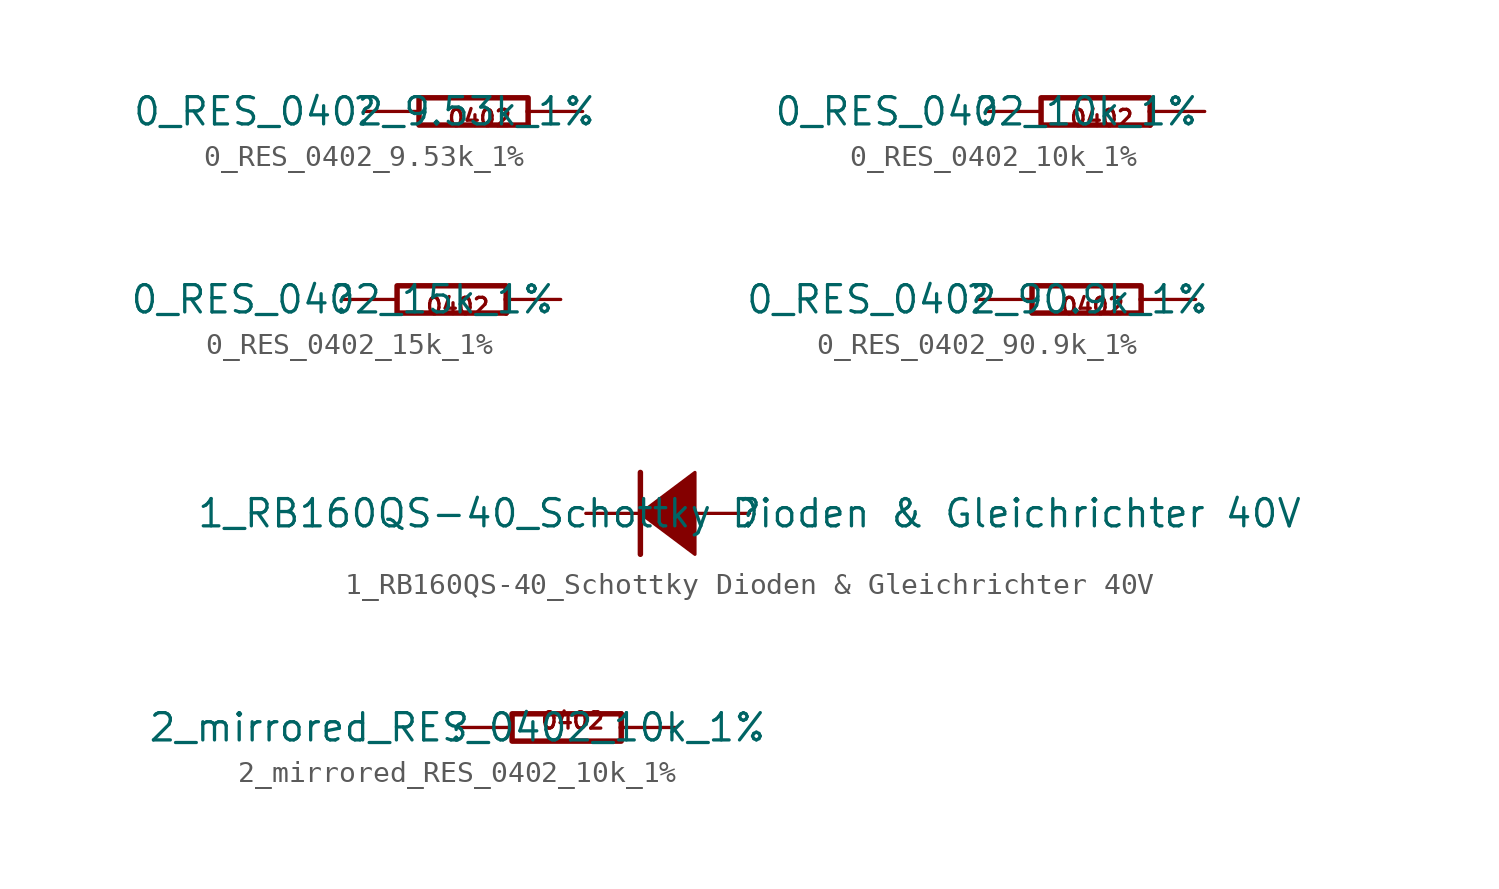
<source format=kicad_sym>
(kicad_symbol_lib
  (version 20211014)
  (generator kicad_symbol_editor)
  (symbol "0_RES_0402_9.53k_1%"
    (property "Reference" ""
      (at 0 0 0)
      (effects (font (size 1.27 1.27))))
    (property "Value" "0_RES_0402_9.53k_1%"
      (at 0 0 0)
      (effects (font (size 1.27 1.27))))
    (symbol "0_RES_0402_9.53k_1%_1_0"
      (polyline (pts (xy 7.62 -0.635) (xy 7.62 0)) (stroke (width 0.254) (type default) (color 0 0 0 0)) (fill (type none)))
      (polyline (pts (xy 7.62 0) (xy 7.62 0.635) (xy 2.54 0.635) (xy 2.54 -0.635) (xy 7.62 -0.635)) (stroke (width 0.254) (type default) (color 0 0 0 0)) (fill (type none)))
      (text "0402" (at 3.81 -0.762 0) (effects (font (size 0.762 0.762)) (justify left bottom)))
      (pin passive line (at 0 0 0) (length 2.54) (name "1" (effects (font (size 0 0)))) (number "1" (effects (font (size 0 0)))))
      (pin passive line (at 10.16 0 180) (length 2.54) (name "2" (effects (font (size 0 0)))) (number "2" (effects (font (size 0 0)))))))
  (symbol "0_RES_0402_10k_1%"
    (property "Reference" ""
      (at 0 0 0)
      (effects (font (size 1.27 1.27))))
    (property "Value" "0_RES_0402_10k_1%"
      (at 0 0 0)
      (effects (font (size 1.27 1.27))))
    (symbol "0_RES_0402_10k_1%_1_0"
      (polyline (pts (xy 7.62 -0.635) (xy 7.62 0)) (stroke (width 0.254) (type default) (color 0 0 0 0)) (fill (type none)))
      (polyline (pts (xy 7.62 0) (xy 7.62 0.635) (xy 2.54 0.635) (xy 2.54 -0.635) (xy 7.62 -0.635)) (stroke (width 0.254) (type default) (color 0 0 0 0)) (fill (type none)))
      (text "0402" (at 3.81 -0.762 0) (effects (font (size 0.762 0.762)) (justify left bottom)))
      (pin passive line (at 0 0 0) (length 2.54) (name "1" (effects (font (size 0 0)))) (number "1" (effects (font (size 0 0)))))
      (pin passive line (at 10.16 0 180) (length 2.54) (name "2" (effects (font (size 0 0)))) (number "2" (effects (font (size 0 0)))))))
  (symbol "0_RES_0402_15k_1%"
    (property "Reference" ""
      (at 0 0 0)
      (effects (font (size 1.27 1.27))))
    (property "Value" "0_RES_0402_15k_1%"
      (at 0 0 0)
      (effects (font (size 1.27 1.27))))
    (symbol "0_RES_0402_15k_1%_1_0"
      (polyline (pts (xy 7.62 -0.635) (xy 7.62 0)) (stroke (width 0.254) (type default) (color 0 0 0 0)) (fill (type none)))
      (polyline (pts (xy 7.62 0) (xy 7.62 0.635) (xy 2.54 0.635) (xy 2.54 -0.635) (xy 7.62 -0.635)) (stroke (width 0.254) (type default) (color 0 0 0 0)) (fill (type none)))
      (text "0402" (at 3.81 -0.762 0) (effects (font (size 0.762 0.762)) (justify left bottom)))
      (pin passive line (at 0 0 0) (length 2.54) (name "1" (effects (font (size 0 0)))) (number "1" (effects (font (size 0 0)))))
      (pin passive line (at 10.16 0 180) (length 2.54) (name "2" (effects (font (size 0 0)))) (number "2" (effects (font (size 0 0)))))))
  (symbol "0_RES_0402_90.9k_1%"
    (property "Reference" ""
      (at 0 0 0)
      (effects (font (size 1.27 1.27))))
    (property "Value" "0_RES_0402_90.9k_1%"
      (at 0 0 0)
      (effects (font (size 1.27 1.27))))
    (symbol "0_RES_0402_90.9k_1%_1_0"
      (polyline (pts (xy 7.62 -0.635) (xy 7.62 0)) (stroke (width 0.254) (type default) (color 0 0 0 0)) (fill (type none)))
      (polyline (pts (xy 7.62 0) (xy 7.62 0.635) (xy 2.54 0.635) (xy 2.54 -0.635) (xy 7.62 -0.635)) (stroke (width 0.254) (type default) (color 0 0 0 0)) (fill (type none)))
      (text "0402" (at 3.81 -0.762 0) (effects (font (size 0.762 0.762)) (justify left bottom)))
      (pin passive line (at 0 0 0) (length 2.54) (name "1" (effects (font (size 0 0)))) (number "1" (effects (font (size 0 0)))))
      (pin passive line (at 10.16 0 180) (length 2.54) (name "2" (effects (font (size 0 0)))) (number "2" (effects (font (size 0 0)))))))
  (symbol "1_RB160QS-40_Schottky Dioden & Gleichrichter 40V"
    (property "Reference" ""
      (at 0 0 0)
      (effects (font (size 1.27 1.27))))
    (property "Value" "1_RB160QS-40_Schottky Dioden & Gleichrichter 40V"
      (at 0 0 0)
      (effects (font (size 1.27 1.27))))
    (symbol "1_RB160QS-40_Schottky Dioden & Gleichrichter 40V_1_0"
      (polyline (pts (xy -5.08 -1.905) (xy -5.08 1.905)) (stroke (width 0.254) (type default) (color 0 0 0 0)) (fill (type none)))
      (polyline (pts (xy -2.54 1.905) (xy -2.54 -1.905) (xy -5.08 0) (xy -2.54 1.905)) (stroke (width 0) (type default) (color 0 0 0 0)) (fill (type outline)))
      (pin passive line (at -7.62 0 0) (length 2.54) (name "1" (effects (font (size 0 0)))) (number "1" (effects (font (size 0 0)))))
      (pin passive line (at 0 0 180) (length 2.54) (name "2" (effects (font (size 0 0)))) (number "2" (effects (font (size 0 0)))))))
  (symbol "2_mirrored_RES_0402_10k_1%"
    (property "Reference" ""
      (at 0 0 0)
      (effects (font (size 1.27 1.27))))
    (property "Value" "2_mirrored_RES_0402_10k_1%"
      (at 0 0 0)
      (effects (font (size 1.27 1.27))))
    (symbol "2_mirrored_RES_0402_10k_1%_1_0"
      (polyline (pts (xy 7.62 0.635) (xy 7.62 0)) (stroke (width 0.254) (type default) (color 0 0 0 0)) (fill (type none)))
      (polyline (pts (xy 7.62 0) (xy 7.62 -0.635) (xy 2.54 -0.635) (xy 2.54 0.635) (xy 7.62 0.635)) (stroke (width 0.254) (type default) (color 0 0 0 0)) (fill (type none)))
      (text "0402" (at 3.81 0.762 0) (effects (font (size 0.762 0.762)) (justify left top)))
      (pin passive line (at 0 0 0) (length 2.54) (name "1" (effects (font (size 0 0)))) (number "1" (effects (font (size 0 0)))))
      (pin passive line (at 10.16 0 180) (length 2.54) (name "2" (effects (font (size 0 0)))) (number "2" (effects (font (size 0 0))))))))
</source>
